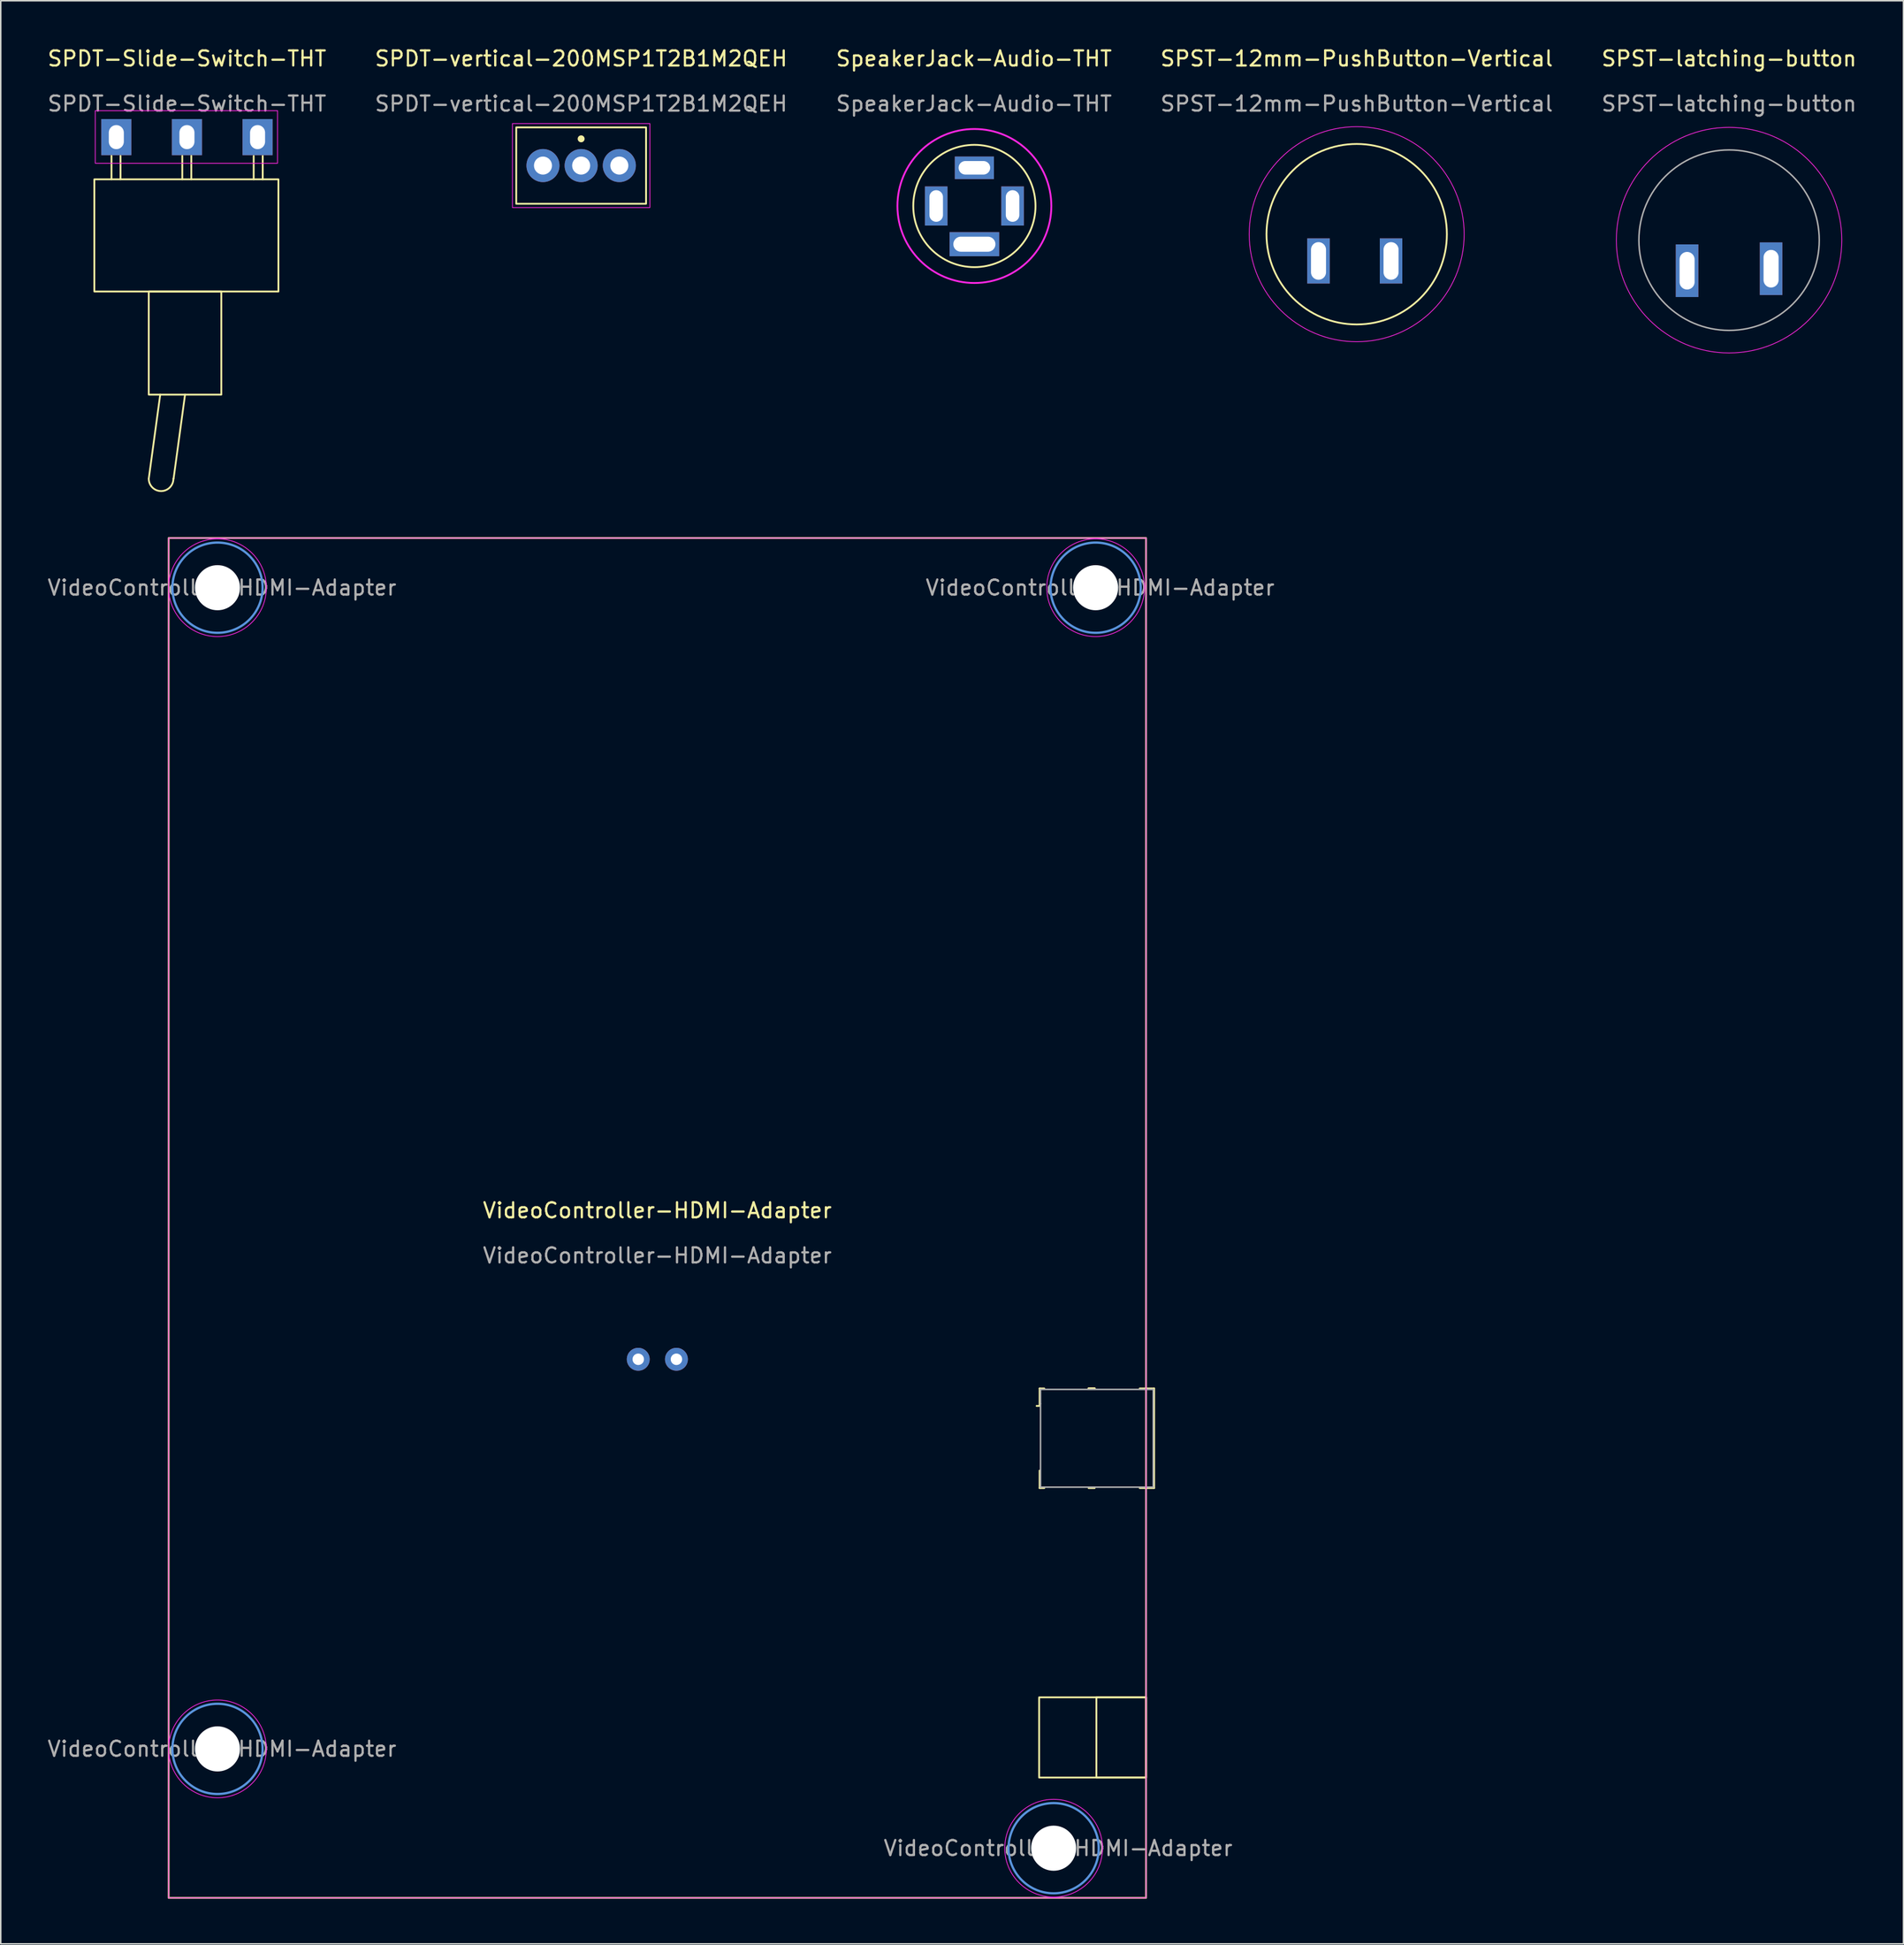
<source format=kicad_pcb>
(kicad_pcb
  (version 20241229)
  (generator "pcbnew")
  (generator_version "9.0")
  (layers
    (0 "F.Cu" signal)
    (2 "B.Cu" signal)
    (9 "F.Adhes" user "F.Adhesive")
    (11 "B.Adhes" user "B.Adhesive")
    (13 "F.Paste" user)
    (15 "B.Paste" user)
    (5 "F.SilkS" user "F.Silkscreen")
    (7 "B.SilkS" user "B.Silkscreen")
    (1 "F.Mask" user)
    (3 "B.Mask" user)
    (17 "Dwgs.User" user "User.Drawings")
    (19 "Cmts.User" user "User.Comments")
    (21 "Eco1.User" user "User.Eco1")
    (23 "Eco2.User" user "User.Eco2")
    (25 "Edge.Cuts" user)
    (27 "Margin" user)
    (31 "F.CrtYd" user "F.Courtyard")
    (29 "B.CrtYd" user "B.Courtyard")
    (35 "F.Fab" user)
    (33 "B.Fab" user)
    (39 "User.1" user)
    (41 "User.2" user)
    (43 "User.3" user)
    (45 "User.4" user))
  (footprint "VideoController-HDMI-Adapter"
    (layer "F.Cu")
    (at 40.682 77.94)
    (property "Reference" "VideoController-HDMI-Adapter" (at 0 -0.5 0) (unlocked yes) (layer "F.SilkS") (effects (font (size 1 1) (thickness 0.15))))
    (attr through_hole)
    (fp_line (start 25.432 11.34) (end 25.742 11.34) (stroke (width 0.12) (type solid)) (layer "F.SilkS"))
    (fp_line (start 25.432 12.5) (end 25.232 12.5) (stroke (width 0.12) (type solid)) (layer "F.SilkS"))
    (fp_line (start 25.432 12.5) (end 25.432 11.34) (stroke (width 0.12) (type solid)) (layer "F.SilkS"))
    (fp_line (start 25.432 17.96) (end 25.432 16.8) (stroke (width 0.12) (type solid)) (layer "F.SilkS"))
    (fp_line (start 25.742 17.96) (end 25.432 17.96) (stroke (width 0.12) (type solid)) (layer "F.SilkS"))
    (fp_line (start 28.692 11.34) (end 29.092 11.34) (stroke (width 0.15) (type solid)) (layer "F.SilkS"))
    (fp_line (start 29.092 17.96) (end 28.692 17.96) (stroke (width 0.12) (type solid)) (layer "F.SilkS"))
    (fp_line (start 32.092 11.34) (end 33.052 11.34) (stroke (width 0.12) (type solid)) (layer "F.SilkS"))
    (fp_line (start 33.052 17.96) (end 32.092 17.96) (stroke (width 0.12) (type solid)) (layer "F.SilkS"))
    (fp_line (start 33.052 17.96) (end 33.052 11.34) (stroke (width 0.12) (type solid)) (layer "F.SilkS"))
    (fp_rect (start -32.512 -45.212) (end 32.512 45.212) (stroke (width 0.12) (type solid)) (fill no) (layer "F.SilkS"))
    (fp_rect (start 25.4 31.877) (end 32.512 37.211) (stroke (width 0.12) (type solid)) (fill no) (layer "F.SilkS"))
    (fp_rect (start 32.512 37.211) (end 29.21 31.877) (stroke (width 0.12) (type solid)) (fill no) (layer "F.SilkS"))
    (fp_circle (center -29.262 -41.91) (end -26.262 -41.91) (stroke (width 0.15) (type solid)) (fill no) (layer "Cmts.User"))
    (fp_circle (center -29.262 35.306) (end -26.262 35.306) (stroke (width 0.15) (type solid)) (fill no) (layer "Cmts.User"))
    (fp_circle (center 26.364 41.91) (end 29.364 41.91) (stroke (width 0.15) (type solid)) (fill no) (layer "Cmts.User"))
    (fp_circle (center 29.158 -41.91) (end 32.158 -41.91) (stroke (width 0.15) (type solid)) (fill no) (layer "Cmts.User"))
    (fp_rect (start -32.512 -45.212) (end 32.512 45.212) (stroke (width 0.05) (type solid)) (fill no) (layer "F.CrtYd"))
    (fp_circle (center -29.262 -41.91) (end -26.012 -41.91) (stroke (width 0.05) (type solid)) (fill no) (layer "F.CrtYd"))
    (fp_circle (center -29.262 35.306) (end -26.012 35.306) (stroke (width 0.05) (type solid)) (fill no) (layer "F.CrtYd"))
    (fp_circle (center 26.364 41.91) (end 29.614 41.91) (stroke (width 0.05) (type solid)) (fill no) (layer "F.CrtYd"))
    (fp_circle (center 29.158 -41.91) (end 32.408 -41.91) (stroke (width 0.05) (type solid)) (fill no) (layer "F.CrtYd"))
    (fp_line (start 25.492 11.4) (end 32.992 11.4) (stroke (width 0.1) (type solid)) (layer "F.Fab"))
    (fp_line (start 25.492 12.35) (end 25.492 11.4) (stroke (width 0.1) (type solid)) (layer "F.Fab"))
    (fp_line (start 25.492 17.9) (end 25.492 12.35) (stroke (width 0.1) (type solid)) (layer "F.Fab"))
    (fp_line (start 32.992 11.4) (end 32.992 17.9) (stroke (width 0.1) (type solid)) (layer "F.Fab"))
    (fp_line (start 32.992 17.9) (end 25.492 17.9) (stroke (width 0.1) (type solid)) (layer "F.Fab"))
    (fp_text user "${REFERENCE}" (at -28.962 35.306 0) (layer "F.Fab") (effects (font (size 1 1) (thickness 0.15))))
    (fp_text user "${REFERENCE}" (at 29.458 -41.91 0) (layer "F.Fab") (effects (font (size 1 1) (thickness 0.15))))
    (fp_text user "${REFERENCE}" (at 26.664 41.91 0) (layer "F.Fab") (effects (font (size 1 1) (thickness 0.15))))
    (fp_text user "${REFERENCE}" (at 0 2.5 0) (unlocked yes) (layer "F.Fab") (effects (font (size 1 1) (thickness 0.15))))
    (fp_text user "${REFERENCE}" (at -28.962 -41.91 0) (layer "F.Fab") (effects (font (size 1 1) (thickness 0.15))))
    (pad "" np_thru_hole circle (at -29.262 -41.91) (size 3 3) (drill 3) (layers "*.Cu" "*.Mask"))
    (pad "" np_thru_hole circle (at -29.262 35.306) (size 3 3) (drill 3) (layers "*.Cu" "*.Mask"))
    (pad "" np_thru_hole circle (at 26.364 41.91) (size 3 3) (drill 3) (layers "*.Cu" "*.Mask"))
    (pad "" np_thru_hole circle (at 29.158 -41.91) (size 3 3) (drill 3) (layers "*.Cu" "*.Mask"))
    (pad "12V" thru_hole circle (at -1.27 9.398) (size 1.524 1.524) (drill 0.762) (layers "*.Cu" "*.Mask"))
    (pad "GND" thru_hole circle (at 1.27 9.398) (size 1.524 1.524) (drill 0.762) (layers "*.Cu" "*.Mask")))
  (footprint "SPDT-Slide-Switch-THT"
    (layer "F.Cu")
    (at 9.387 1.348)
    (property "Reference" "SPDT-Slide-Switch-THT" (at 0 -0.5 0) (unlocked yes) (layer "F.SilkS") (effects (font (size 1 1) (thickness 0.15))))
    (attr smd)
    (fp_line (start -5.02 5.97) (end -5.02 7.52) (stroke (width 0.12) (type solid)) (layer "F.SilkS"))
    (fp_line (start -4.42 5.97) (end -4.42 7.52) (stroke (width 0.12) (type solid)) (layer "F.SilkS"))
    (fp_line (start -1.778 21.844) (end -2.54 27.432) (stroke (width 0.12) (type solid)) (layer "F.SilkS"))
    (fp_line (start -0.31 5.97) (end -0.31 7.52) (stroke (width 0.12) (type solid)) (layer "F.SilkS"))
    (fp_line (start -0.127 21.844) (end -0.889 27.432) (stroke (width 0.12) (type solid)) (layer "F.SilkS"))
    (fp_line (start 0.29 5.97) (end 0.29 7.52) (stroke (width 0.12) (type solid)) (layer "F.SilkS"))
    (fp_line (start 4.44 5.975) (end 4.44 7.525) (stroke (width 0.12) (type solid)) (layer "F.SilkS"))
    (fp_line (start 5.04 5.975) (end 5.04 7.525) (stroke (width 0.12) (type solid)) (layer "F.SilkS"))
    (fp_rect (start -2.54 14.986) (end 2.286 21.844) (stroke (width 0.12) (type solid)) (fill no) (layer "F.SilkS"))
    (fp_rect (start 6.086 14.986) (end -6.16 7.526) (stroke (width 0.12) (type solid)) (fill no) (layer "F.SilkS"))
    (fp_arc (start -0.900002 27.419818) (mid -1.71 28.26) (end -2.540244 27.439818) (stroke (width 0.12) (type solid)) (layer "F.SilkS"))
    (fp_rect (start -6.1 2.96) (end 6.026 6.46) (stroke (width 0.05) (type solid)) (fill no) (layer "F.CrtYd"))
    (fp_text user "${REFERENCE}" (at 0 2.5 0) (unlocked yes) (layer "F.Fab") (effects (font (size 1 1) (thickness 0.15))))
    (pad "1" thru_hole rect (at -4.699 4.72) (size 2 2.4) (drill oval 1 1.6) (layers "*.Cu" "*.Mask"))
    (pad "2" thru_hole rect (at 0 4.72) (size 2 2.4) (drill oval 1 1.6) (layers "*.Cu" "*.Mask"))
    (pad "3" thru_hole rect (at 4.699 4.72) (size 2 2.4) (drill oval 1 1.6) (layers "*.Cu" "*.Mask")))
  (footprint "SPST-12mm-PushButton-Vertical"
    (layer "F.Cu")
    (at 87.208 1.348)
    (property "Reference" "SPST-12mm-PushButton-Vertical" (at 0 -0.5 0) (unlocked yes) (layer "F.SilkS") (effects (font (size 1 1) (thickness 0.15))))
    (attr through_hole)
    (fp_circle (center 0 11.176) (end 6 11.176) (stroke (width 0.12) (type solid)) (fill no) (layer "F.SilkS"))
    (fp_circle (center 0 11.176) (end 7.15 11.176) (stroke (width 0.05) (type solid)) (fill no) (layer "F.CrtYd"))
    (fp_text user "${REFERENCE}" (at 0 2.5 0) (unlocked yes) (layer "F.Fab") (effects (font (size 1 1) (thickness 0.15))))
    (pad "1" thru_hole rect (at -2.54 12.954 90) (size 3 1.5) (drill oval 2.5 1) (layers "*.Cu" "*.Mask"))
    (pad "2" thru_hole rect (at 2.286 12.954 90) (size 3 1.5) (drill oval 2.5 1) (layers "*.Cu" "*.Mask")))
  (footprint "SPST-latching-button"
    (layer "F.Cu")
    (at 111.982 12.278)
    (property "Reference" "SPST-latching-button" (at 0 -11.43 0) (unlocked yes) (layer "F.SilkS") (effects (font (size 1 1) (thickness 0.15))))
    (attr through_hole)
    (fp_circle (center 0 0.642) (end 7.5 0.642) (stroke (width 0.05) (type solid)) (fill no) (layer "F.CrtYd"))
    (fp_circle (center 0 0.642) (end 6 0.642) (stroke (width 0.1) (type solid)) (fill no) (layer "F.Fab"))
    (fp_text user "${REFERENCE}" (at 0 -8.43 0) (unlocked yes) (layer "F.Fab") (effects (font (size 1 1) (thickness 0.15))))
    (pad "1" thru_hole rect (at -2.794 2.674 90) (size 3.5 1.5) (drill oval 2.5 1) (layers "*.Cu" "*.Mask"))
    (pad "2" thru_hole rect (at 2.794 2.54 90) (size 3.5 1.5) (drill oval 2.5 1) (layers "*.Cu" "*.Mask")))
  (footprint "SpeakerJack-Audio-THT"
    (layer "F.Cu")
    (at 61.744 1.348)
    (property "Reference" "SpeakerJack-Audio-THT" (at 0 -0.5 0) (unlocked yes) (layer "F.SilkS") (effects (font (size 1 1) (thickness 0.15))))
    (attr through_hole)
    (fp_circle (center 0.03 9.3) (end 2.57 12.475) (stroke (width 0.12) (type solid)) (fill no) (layer "F.SilkS"))
    (fp_circle (center 0.03 9.3) (end 2.57 13.745) (stroke (width 0.12) (type solid)) (fill no) (layer "F.CrtYd"))
    (fp_text user "${REFERENCE}" (at 0 2.5 0) (unlocked yes) (layer "F.Fab") (effects (font (size 1 1) (thickness 0.15))))
    (pad "1" thru_hole rect (at 0.03 11.84 90) (size 1.6 3.3) (drill oval 1 2.8) (layers "*.Cu" "*.Mask"))
    (pad "2" thru_hole rect (at 2.57 9.3 180) (size 1.5 2.6) (drill oval 0.9 2.1) (layers "*.Cu" "*.Mask"))
    (pad "3" thru_hole rect (at 0.03 6.76 90) (size 1.5 2.6) (drill oval 0.9 2.1) (layers "*.Cu" "*.Mask"))
    (pad "4" thru_hole rect (at -2.51 9.3 180) (size 1.5 2.6) (drill oval 0.9 2.1) (layers "*.Cu" "*.Mask")))
  (footprint "SPDT-vertical-200MSP1T2B1M2QEH"
    (layer "F.Cu")
    (at 35.613 7.96)
    (property "Reference" "SPDT-vertical-200MSP1T2B1M2QEH" (at 0 -7.112 0) (unlocked yes) (layer "F.SilkS") (effects (font (size 1 1) (thickness 0.15))))
    (attr through_hole)
    (fp_rect (start -4.318 -2.54) (end 4.318 2.54) (stroke (width 0.12) (type solid)) (fill no) (layer "F.SilkS"))
    (fp_circle (center 0 -1.778) (end 0.17 -1.778) (stroke (width 0.12) (type solid)) (fill yes) (layer "F.SilkS"))
    (fp_rect (start -4.572 -2.794) (end 4.572 2.794) (stroke (width 0.05) (type solid)) (fill no) (layer "F.CrtYd"))
    (fp_text user "${REFERENCE}" (at 0 -4.112 0) (unlocked yes) (layer "F.Fab") (effects (font (size 1 1) (thickness 0.15))))
    (pad "1" thru_hole circle (at -2.54 0) (size 2.2 2.2) (drill 1.2) (layers "*.Cu" "*.Mask"))
    (pad "2" thru_hole circle (at 0 0) (size 2.2 2.2) (drill 1.2) (layers "*.Cu" "*.Mask"))
    (pad "3" thru_hole circle (at 2.54 0) (size 2.2 2.2) (drill 1.2) (layers "*.Cu" "*.Mask")))
  (gr_rect
    (start -3 -3)
    (end 123.583 126.212)
    (stroke (width 0.1) (type default))
    (fill no)
    (layer "Edge.Cuts")))
</source>
